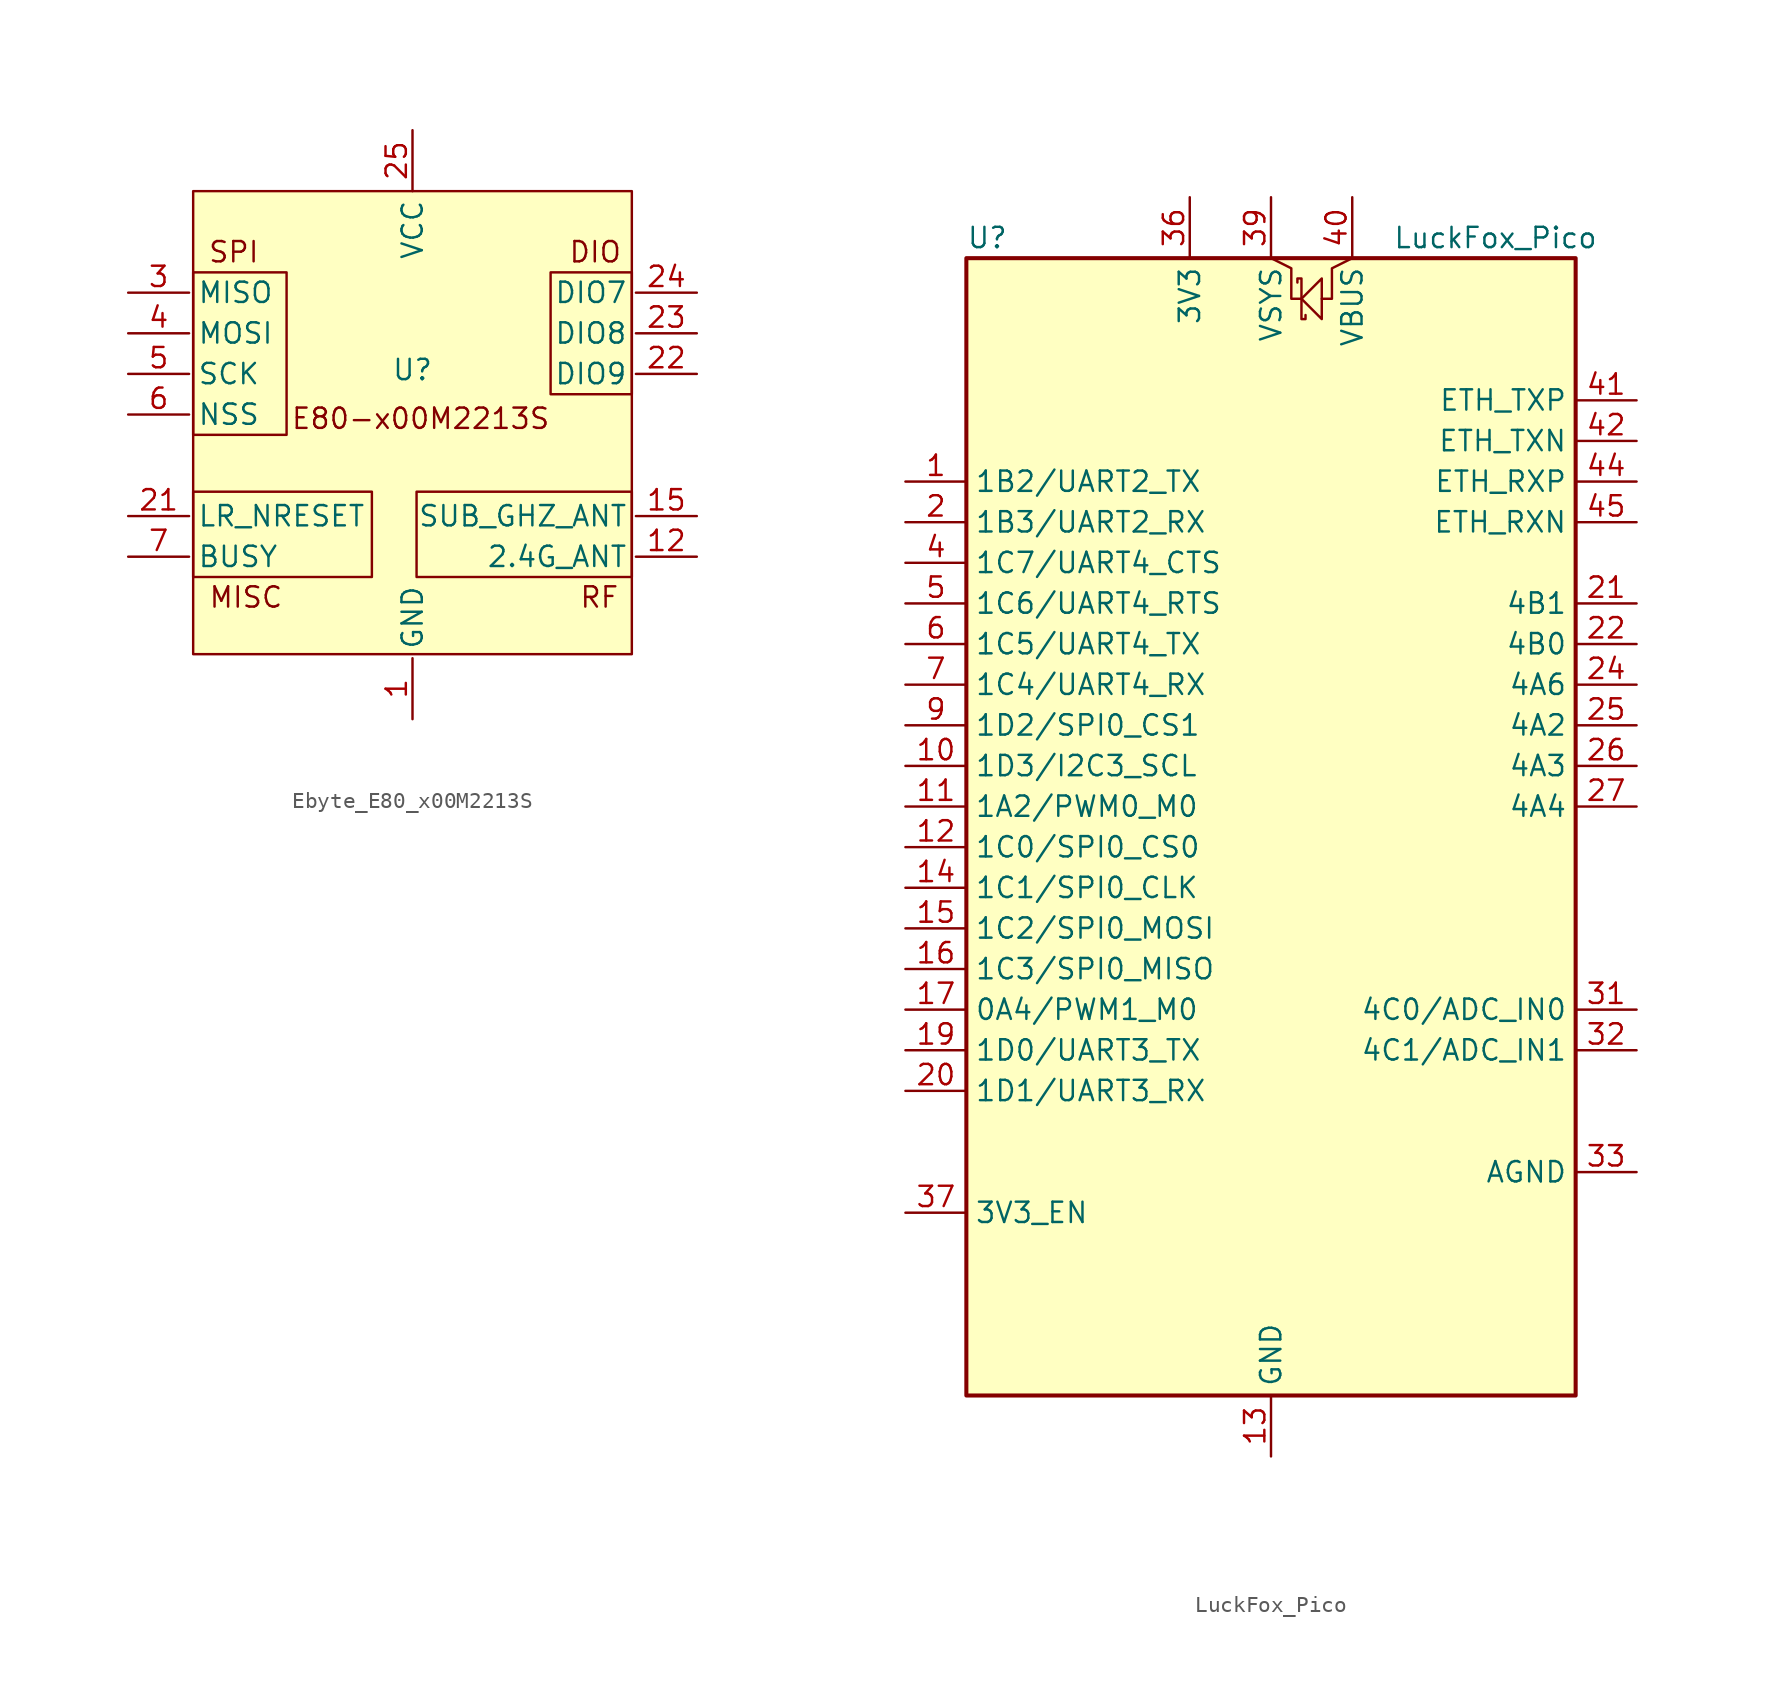
<source format=kicad_sym>
(kicad_symbol_lib
  (version 20231120)
  (generator "kicad_symbol_editor")
  (generator_version "8.0")
  (symbol "Ebyte_E80_x00M2213S"
    (property "Reference" "U"
      (at 3.81 16.764 0)
      (effects (font (size 1.27 1.27))))
    (property "Value" ""
      (at 3.81 -1.27 0)
      (effects (font (size 1.27 1.27))))
    (symbol "Ebyte_E80_x00M2213S_1_1"
      (rectangle (start -9.906 9.144) (end 1.27 3.81) (stroke (width 0) (type default)) (fill (type none)))
      (rectangle (start -9.906 22.86) (end -4.064 12.7) (stroke (width 0) (type default)) (fill (type none)))
      (rectangle (start -9.906 27.94) (end 17.526 -1.016) (stroke (width 0) (type default)) (fill (type background)))
      (rectangle (start 17.526 9.144) (end 4.064 3.81) (stroke (width 0) (type default)) (fill (type none)))
      (rectangle (start 17.526 22.86) (end 12.446 15.24) (stroke (width 0) (type default)) (fill (type none)))
      (text "DIO" (at 15.24 24.13 0) (effects (font (size 1.27 1.27))))
      (text "E80-x00M2213S" (at 4.318 13.716 0) (effects (font (size 1.27 1.27))))
      (text "MISC" (at -6.604 2.54 0) (effects (font (size 1.27 1.27))))
      (text "RF" (at 15.494 2.54 0) (effects (font (size 1.27 1.27))))
      (text "SPI" (at -7.366 24.13 0) (effects (font (size 1.27 1.27))))
      (pin power_in line (at 3.81 -5.08 90) (length 3.81) (name "GND" (effects (font (size 1.27 1.27)))) (number "1" (effects (font (size 1.27 1.27)))))
      (pin passive line (at 3.81 -5.08 90) (length 3.81) hide (name "GND" (effects (font (size 1.27 1.27)))) (number "11" (effects (font (size 1.27 1.27)))))
      (pin bidirectional line (at 21.59 5.08 180) (length 3.81) (name "2.4G_ANT" (effects (font (size 1.27 1.27)))) (number "12" (effects (font (size 1.27 1.27)))))
      (pin passive line (at 3.81 -5.08 90) (length 3.81) hide (name "GND" (effects (font (size 1.27 1.27)))) (number "13" (effects (font (size 1.27 1.27)))))
      (pin passive line (at 3.81 -5.08 90) (length 3.81) hide (name "GND" (effects (font (size 1.27 1.27)))) (number "14" (effects (font (size 1.27 1.27)))))
      (pin bidirectional line (at 21.59 7.62 180) (length 3.81) (name "SUB_GHZ_ANT" (effects (font (size 1.27 1.27)))) (number "15" (effects (font (size 1.27 1.27)))))
      (pin passive line (at 3.81 -5.08 90) (length 3.81) hide (name "GND" (effects (font (size 1.27 1.27)))) (number "16" (effects (font (size 1.27 1.27)))))
      (pin passive line (at 3.81 -5.08 90) (length 3.81) hide (name "GND" (effects (font (size 1.27 1.27)))) (number "19" (effects (font (size 1.27 1.27)))))
      (pin input line (at -13.97 7.62 0) (length 3.81) (name "LR_NRESET" (effects (font (size 1.27 1.27)))) (number "21" (effects (font (size 1.27 1.27)))))
      (pin bidirectional line (at 21.59 16.51 180) (length 3.81) (name "DIO9" (effects (font (size 1.27 1.27)))) (number "22" (effects (font (size 1.27 1.27)))))
      (pin bidirectional line (at 21.59 19.05 180) (length 3.81) (name "DIO8" (effects (font (size 1.27 1.27)))) (number "23" (effects (font (size 1.27 1.27)))))
      (pin bidirectional line (at 21.59 21.59 180) (length 3.81) (name "DIO7" (effects (font (size 1.27 1.27)))) (number "24" (effects (font (size 1.27 1.27)))))
      (pin power_in line (at 3.81 31.75 270) (length 3.81) (name "VCC" (effects (font (size 1.27 1.27)))) (number "25" (effects (font (size 1.27 1.27)))))
      (pin passive line (at 3.81 -5.08 90) (length 3.81) hide (name "GND" (effects (font (size 1.27 1.27)))) (number "26" (effects (font (size 1.27 1.27)))))
      (pin output line (at -13.97 21.59 0) (length 3.81) (name "MISO" (effects (font (size 1.27 1.27)))) (number "3" (effects (font (size 1.27 1.27)))))
      (pin input line (at -13.97 19.05 0) (length 3.81) (name "MOSI" (effects (font (size 1.27 1.27)))) (number "4" (effects (font (size 1.27 1.27)))))
      (pin input line (at -13.97 16.51 0) (length 3.81) (name "SCK" (effects (font (size 1.27 1.27)))) (number "5" (effects (font (size 1.27 1.27)))))
      (pin input line (at -13.97 13.97 0) (length 3.81) (name "NSS" (effects (font (size 1.27 1.27)))) (number "6" (effects (font (size 1.27 1.27)))))
      (pin output line (at -13.97 5.08 0) (length 3.81) (name "BUSY" (effects (font (size 1.27 1.27)))) (number "7" (effects (font (size 1.27 1.27)))))
      (pin passive line (at 3.81 -5.08 90) (length 3.81) hide (name "GND" (effects (font (size 1.27 1.27)))) (number "8" (effects (font (size 1.27 1.27)))))))
  (symbol "LuckFox_Pico"
    (property "Reference" "U"
      (at -19.05 38.1 0)
      (effects (font (size 1.27 1.27)) (justify left)))
    (property "Value" "LuckFox_Pico"
      (at 7.62 38.1 0)
      (effects (font (size 1.27 1.27)) (justify left)))
    (symbol "LuckFox_Pico_0_1"
      (rectangle (start -19.05 36.83) (end 19.05 -34.29) (stroke (width 0.254) (type default)) (fill (type background)))
      (polyline (pts (xy 0 36.83) (xy 1.27 36.195) (xy 1.27 34.29) (xy 1.905 34.29)) (stroke (width 0) (type default)) (fill (type none)))
      (polyline (pts (xy 1.905 34.29) (xy 3.175 35.56) (xy 3.175 33.02) (xy 1.905 34.29)) (stroke (width 0) (type default)) (fill (type none)))
      (polyline (pts (xy 5.08 36.83) (xy 3.81 36.195) (xy 3.81 34.29) (xy 3.175 34.29)) (stroke (width 0) (type default)) (fill (type none)))
      (polyline (pts (xy 1.651 35.306) (xy 1.651 35.56) (xy 1.905 35.56) (xy 1.905 33.02) (xy 2.159 33.02) (xy 2.159 33.274)) (stroke (width 0) (type default)) (fill (type none))))
    (symbol "LuckFox_Pico_1_1"
      (pin bidirectional line (at -22.86 22.86 0) (length 3.81) (name "1B2/UART2_TX" (effects (font (size 1.27 1.27)))) (number "1" (effects (font (size 1.27 1.27)))))
      (pin bidirectional line (at -22.86 5.08 0) (length 3.81) (name "1D3/I2C3_SCL" (effects (font (size 1.27 1.27)))) (number "10" (effects (font (size 1.27 1.27)))) (alternate "PWM0_M1" input line))
      (pin bidirectional line (at -22.86 2.54 0) (length 3.81) (name "1A2/PWM0_M0" (effects (font (size 1.27 1.27)))) (number "11" (effects (font (size 1.27 1.27)))))
      (pin bidirectional line (at -22.86 0 0) (length 3.81) (name "1C0/SPI0_CS0" (effects (font (size 1.27 1.27)))) (number "12" (effects (font (size 1.27 1.27)))) (alternate "PWM2_M2" bidirectional line))
      (pin power_out line (at 0 -38.1 90) (length 3.81) (name "GND" (effects (font (size 1.27 1.27)))) (number "13" (effects (font (size 1.27 1.27)))) (alternate "GND_IN" power_in line))
      (pin bidirectional line (at -22.86 -2.54 0) (length 3.81) (name "1C1/SPI0_CLK" (effects (font (size 1.27 1.27)))) (number "14" (effects (font (size 1.27 1.27)))) (alternate "PWM4_M2" input line))
      (pin bidirectional line (at -22.86 -5.08 0) (length 3.81) (name "1C2/SPI0_MOSI" (effects (font (size 1.27 1.27)))) (number "15" (effects (font (size 1.27 1.27)))) (alternate "PWM5_M2" output line))
      (pin bidirectional line (at -22.86 -7.62 0) (length 3.81) (name "1C3/SPI0_MISO" (effects (font (size 1.27 1.27)))) (number "16" (effects (font (size 1.27 1.27)))) (alternate "PWM6_M2" input line))
      (pin bidirectional line (at -22.86 -10.16 0) (length 3.81) (name "0A4/PWM1_M0" (effects (font (size 1.27 1.27)))) (number "17" (effects (font (size 1.27 1.27)))))
      (pin passive line (at 0 -38.1 90) (length 3.81) hide (name "GND" (effects (font (size 1.27 1.27)))) (number "18" (effects (font (size 1.27 1.27)))))
      (pin bidirectional line (at -22.86 -12.7 0) (length 3.81) (name "1D0/UART3_TX" (effects (font (size 1.27 1.27)))) (number "19" (effects (font (size 1.27 1.27)))) (alternate "PWM3_IR_M2" output line))
      (pin bidirectional line (at -22.86 20.32 0) (length 3.81) (name "1B3/UART2_RX" (effects (font (size 1.27 1.27)))) (number "2" (effects (font (size 1.27 1.27)))))
      (pin bidirectional line (at -22.86 -15.24 0) (length 3.81) (name "1D1/UART3_RX" (effects (font (size 1.27 1.27)))) (number "20" (effects (font (size 1.27 1.27)))) (alternate "PWM10_M2" input line))
      (pin bidirectional line (at 22.86 15.24 180) (length 3.81) (name "4B1" (effects (font (size 1.27 1.27)))) (number "21" (effects (font (size 1.27 1.27)))))
      (pin bidirectional line (at 22.86 12.7 180) (length 3.81) (name "4B0" (effects (font (size 1.27 1.27)))) (number "22" (effects (font (size 1.27 1.27)))))
      (pin passive line (at 0 -38.1 90) (length 3.81) hide (name "GND" (effects (font (size 1.27 1.27)))) (number "23" (effects (font (size 1.27 1.27)))))
      (pin bidirectional line (at 22.86 10.16 180) (length 3.81) (name "4A6" (effects (font (size 1.27 1.27)))) (number "24" (effects (font (size 1.27 1.27)))))
      (pin bidirectional line (at 22.86 7.62 180) (length 3.81) (name "4A2" (effects (font (size 1.27 1.27)))) (number "25" (effects (font (size 1.27 1.27)))))
      (pin bidirectional line (at 22.86 5.08 180) (length 3.81) (name "4A3" (effects (font (size 1.27 1.27)))) (number "26" (effects (font (size 1.27 1.27)))))
      (pin bidirectional line (at 22.86 2.54 180) (length 3.81) (name "4A4" (effects (font (size 1.27 1.27)))) (number "27" (effects (font (size 1.27 1.27)))))
      (pin passive line (at 0 -38.1 90) (length 3.81) hide (name "GND" (effects (font (size 1.27 1.27)))) (number "28" (effects (font (size 1.27 1.27)))))
      (pin passive line (at 0 -38.1 90) (length 3.81) hide (name "GND" (effects (font (size 1.27 1.27)))) (number "3" (effects (font (size 1.27 1.27)))))
      (pin bidirectional line (at 22.86 -10.16 180) (length 3.81) (name "4C0/ADC_IN0" (effects (font (size 1.27 1.27)))) (number "31" (effects (font (size 1.27 1.27)))))
      (pin bidirectional line (at 22.86 -12.7 180) (length 3.81) (name "4C1/ADC_IN1" (effects (font (size 1.27 1.27)))) (number "32" (effects (font (size 1.27 1.27)))) (alternate "ADC1" input line) (alternate "GPIO27" bidirectional line) (alternate "I2C1_SCL" bidirectional clock) (alternate "PWM5_B" bidirectional line) (alternate "SPI1_TX" output line) (alternate "UART1_RTS" output line) (alternate "USB_OVCUR_DET" input line))
      (pin power_in line (at 22.86 -20.32 180) (length 3.81) (name "AGND" (effects (font (size 1.27 1.27)))) (number "33" (effects (font (size 1.27 1.27)))) (alternate "GND" power_in line))
      (pin power_out line (at -5.08 40.64 270) (length 3.81) (name "3V3" (effects (font (size 1.27 1.27)))) (number "36" (effects (font (size 1.27 1.27)))))
      (pin input line (at -22.86 -22.86 0) (length 3.81) (name "3V3_EN" (effects (font (size 1.27 1.27)))) (number "37" (effects (font (size 1.27 1.27)))) (alternate "~{3V3_DISABLE}" input line))
      (pin passive line (at 0 -38.1 90) (length 3.81) hide (name "GND" (effects (font (size 1.27 1.27)))) (number "38" (effects (font (size 1.27 1.27)))))
      (pin power_in line (at 0 40.64 270) (length 3.81) (name "VSYS" (effects (font (size 1.27 1.27)))) (number "39" (effects (font (size 1.27 1.27)))) (alternate "VSYS_OUT" power_out line))
      (pin bidirectional line (at -22.86 17.78 0) (length 3.81) (name "1C7/UART4_CTS" (effects (font (size 1.27 1.27)))) (number "4" (effects (font (size 1.27 1.27)))) (alternate "PWM11_IR_M1" output line))
      (pin power_out line (at 5.08 40.64 270) (length 3.81) (name "VBUS" (effects (font (size 1.27 1.27)))) (number "40" (effects (font (size 1.27 1.27)))) (alternate "VBUS_HOST" power_in line))
      (pin output line (at 22.86 27.94 180) (length 3.81) (name "ETH_TXP" (effects (font (size 1.27 1.27)))) (number "41" (effects (font (size 1.27 1.27)))))
      (pin output line (at 22.86 25.4 180) (length 3.81) (name "ETH_TXN" (effects (font (size 1.27 1.27)))) (number "42" (effects (font (size 1.27 1.27)))))
      (pin passive line (at 0 -38.1 90) (length 3.81) hide (name "GND" (effects (font (size 1.27 1.27)))) (number "43" (effects (font (size 1.27 1.27)))))
      (pin input line (at 22.86 22.86 180) (length 3.81) (name "ETH_RXP" (effects (font (size 1.27 1.27)))) (number "44" (effects (font (size 1.27 1.27)))))
      (pin input line (at 22.86 20.32 180) (length 3.81) (name "ETH_RXN" (effects (font (size 1.27 1.27)))) (number "45" (effects (font (size 1.27 1.27)))))
      (pin bidirectional line (at -22.86 15.24 0) (length 3.81) (name "1C6/UART4_RTS" (effects (font (size 1.27 1.27)))) (number "5" (effects (font (size 1.27 1.27)))) (alternate "PWM10_M1" output line))
      (pin bidirectional line (at -22.86 12.7 0) (length 3.81) (name "1C5/UART4_TX" (effects (font (size 1.27 1.27)))) (number "6" (effects (font (size 1.27 1.27)))) (alternate "PWM9_M1" input line))
      (pin bidirectional line (at -22.86 10.16 0) (length 3.81) (name "1C4/UART4_RX" (effects (font (size 1.27 1.27)))) (number "7" (effects (font (size 1.27 1.27)))) (alternate "PWM8_M1" bidirectional line))
      (pin passive line (at 0 -38.1 90) (length 3.81) hide (name "GND" (effects (font (size 1.27 1.27)))) (number "8" (effects (font (size 1.27 1.27)))))
      (pin bidirectional line (at -22.86 7.62 0) (length 3.81) (name "1D2/SPI0_CS1" (effects (font (size 1.27 1.27)))) (number "9" (effects (font (size 1.27 1.27)))) (alternate "I2C3_SDA_M1" input line) (alternate "PWM0_M1" input line)))))
</source>
